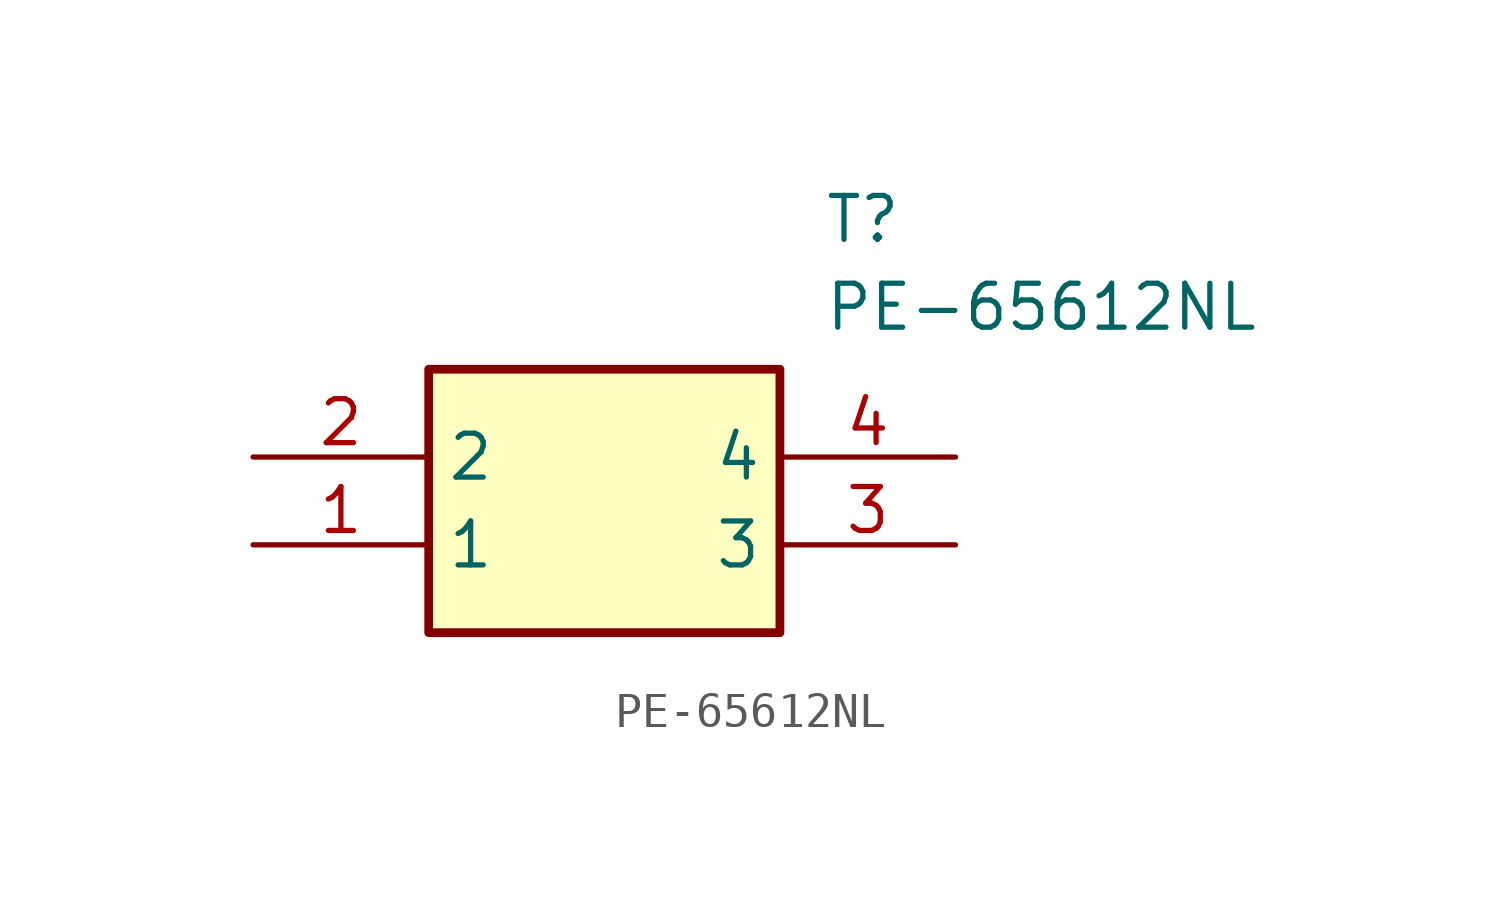
<source format=kicad_sym>
(kicad_symbol_lib
  (version 20211014)
  (generator SamacSys_ECAD_Model)
  (symbol "PE-65612NL"
    (property "Reference" "T"
      (at 16.51 7.62 0)
      (effects (font (size 1.27 1.27)) (justify left top)))
    (property "Value" "PE-65612NL"
      (at 16.51 5.08 0)
      (effects (font (size 1.27 1.27)) (justify left top)))
    (rectangle
      (start 5.08 2.54)
      (end 15.24 -5.08)
      (stroke (width 0.254) (type default))
      (fill (type background)))
    (pin passive line
      (at 0 -2.54 0)
      (length 5.08)
      (name "1" (effects (font (size 1.27 1.27))))
      (number "1" (effects (font (size 1.27 1.27)))))
    (pin passive line
      (at 0 0 0)
      (length 5.08)
      (name "2" (effects (font (size 1.27 1.27))))
      (number "2" (effects (font (size 1.27 1.27)))))
    (pin passive line
      (at 20.32 -2.54 180)
      (length 5.08)
      (name "3" (effects (font (size 1.27 1.27))))
      (number "3" (effects (font (size 1.27 1.27)))))
    (pin passive line
      (at 20.32 0 180)
      (length 5.08)
      (name "4" (effects (font (size 1.27 1.27))))
      (number "4" (effects (font (size 1.27 1.27)))))))
</source>
